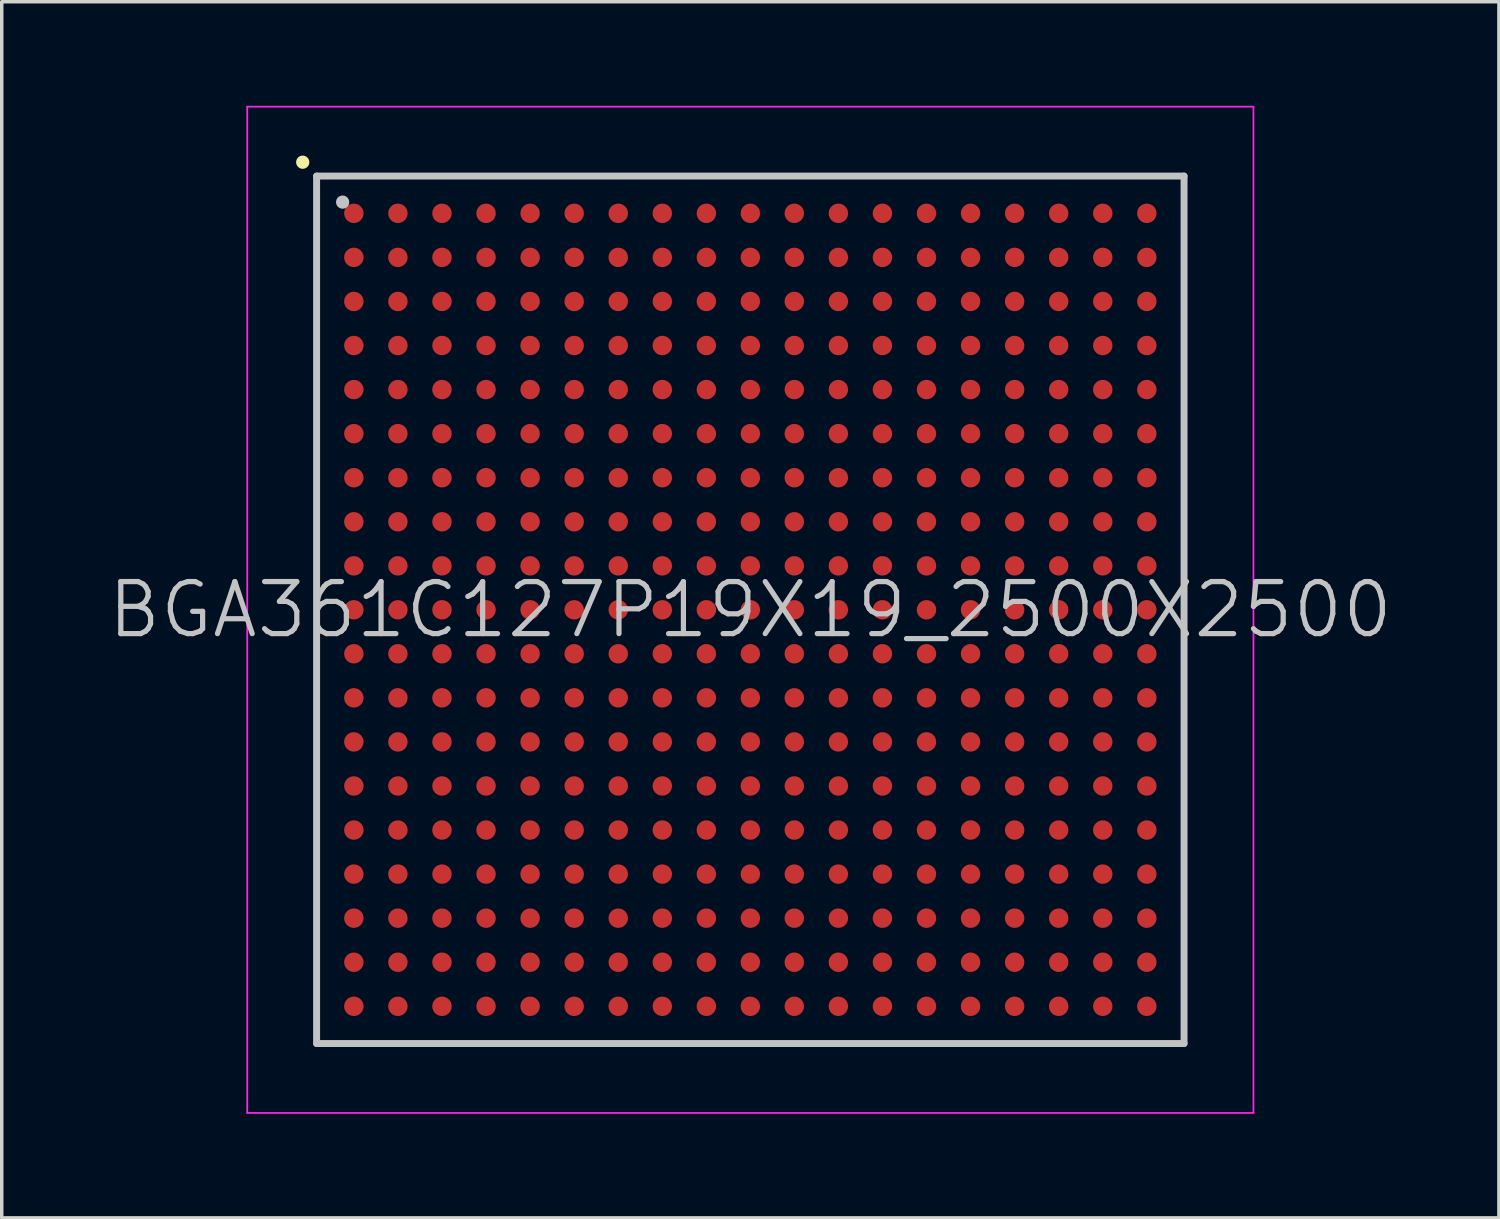
<source format=kicad_pcb>
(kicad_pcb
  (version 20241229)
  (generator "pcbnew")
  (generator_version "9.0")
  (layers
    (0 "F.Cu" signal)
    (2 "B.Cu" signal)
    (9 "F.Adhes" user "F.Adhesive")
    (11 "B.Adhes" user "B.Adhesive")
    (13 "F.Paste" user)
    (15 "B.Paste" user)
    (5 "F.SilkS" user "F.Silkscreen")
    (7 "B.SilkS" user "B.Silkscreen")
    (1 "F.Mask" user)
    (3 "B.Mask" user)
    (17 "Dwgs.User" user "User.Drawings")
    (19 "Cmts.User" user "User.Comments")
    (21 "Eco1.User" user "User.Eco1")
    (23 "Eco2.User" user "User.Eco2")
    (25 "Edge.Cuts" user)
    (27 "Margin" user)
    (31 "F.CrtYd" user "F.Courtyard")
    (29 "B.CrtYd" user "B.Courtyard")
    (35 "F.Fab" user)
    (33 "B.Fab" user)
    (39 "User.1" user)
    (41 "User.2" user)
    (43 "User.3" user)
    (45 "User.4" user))
  (footprint "BGA361C127P19X19_2500X2500"
    (layer "F.Cu")
    (at 18.575 14.525)
    (property "Reference" "BGA361C127P19X19_2500X2500" (at 0 0 0) (layer "Dwgs.User") (effects (font (size 1.5 1.5) (thickness 0.15))))
    (attr smd)
    (fp_line (start -12.9 -12.9) (end -12.9 -12.9) (stroke (width 0.381) (type solid)) (layer "F.SilkS"))
    (fp_line (start -12.5 -12.5) (end -12.5 12.5) (stroke (width 0.2) (type solid)) (layer "Dwgs.User"))
    (fp_line (start -12.5 -12.5) (end 12.5 -12.5) (stroke (width 0.2) (type solid)) (layer "Dwgs.User"))
    (fp_line (start -12.5 12.5) (end 12.5 12.5) (stroke (width 0.2) (type solid)) (layer "Dwgs.User"))
    (fp_line (start -11.75 -11.75) (end -11.75 -11.75) (stroke (width 0.381) (type solid)) (layer "Dwgs.User"))
    (fp_line (start 12.5 -12.5) (end 12.5 12.5) (stroke (width 0.2) (type solid)) (layer "Dwgs.User"))
    (fp_line (start -14.5 -14.5) (end -14.5 14.5) (stroke (width 0.05) (type solid)) (layer "F.CrtYd"))
    (fp_line (start -14.5 -14.5) (end 14.5 -14.5) (stroke (width 0.05) (type solid)) (layer "F.CrtYd"))
    (fp_line (start -14.5 14.5) (end 14.5 14.5) (stroke (width 0.05) (type solid)) (layer "F.CrtYd"))
    (fp_line (start 14.5 -14.5) (end 14.5 14.5) (stroke (width 0.05) (type solid)) (layer "F.CrtYd"))
    (pad "A1" smd circle (at -11.427 -11.427 270) (size 0.56 0.56) (layers "F.Cu" "F.Mask" "F.Paste"))
    (pad "A2" smd circle (at -10.157 -11.427 270) (size 0.56 0.56) (layers "F.Cu" "F.Mask" "F.Paste"))
    (pad "A3" smd circle (at -8.887 -11.427 270) (size 0.56 0.56) (layers "F.Cu" "F.Mask" "F.Paste"))
    (pad "A4" smd circle (at -7.617 -11.427 270) (size 0.56 0.56) (layers "F.Cu" "F.Mask" "F.Paste"))
    (pad "A5" smd circle (at -6.347 -11.427 270) (size 0.56 0.56) (layers "F.Cu" "F.Mask" "F.Paste"))
    (pad "A6" smd circle (at -5.077 -11.427 270) (size 0.56 0.56) (layers "F.Cu" "F.Mask" "F.Paste"))
    (pad "A7" smd circle (at -3.807 -11.427 270) (size 0.56 0.56) (layers "F.Cu" "F.Mask" "F.Paste"))
    (pad "A8" smd circle (at -2.537 -11.427 270) (size 0.56 0.56) (layers "F.Cu" "F.Mask" "F.Paste"))
    (pad "A9" smd circle (at -1.267 -11.427 270) (size 0.56 0.56) (layers "F.Cu" "F.Mask" "F.Paste"))
    (pad "A10" smd circle (at 0 -11.427 270) (size 0.56 0.56) (layers "F.Cu" "F.Mask" "F.Paste"))
    (pad "A11" smd circle (at 1.267 -11.427 270) (size 0.56 0.56) (layers "F.Cu" "F.Mask" "F.Paste"))
    (pad "A12" smd circle (at 2.537 -11.427 270) (size 0.56 0.56) (layers "F.Cu" "F.Mask" "F.Paste"))
    (pad "A13" smd circle (at 3.807 -11.427 270) (size 0.56 0.56) (layers "F.Cu" "F.Mask" "F.Paste"))
    (pad "A14" smd circle (at 5.077 -11.427 270) (size 0.56 0.56) (layers "F.Cu" "F.Mask" "F.Paste"))
    (pad "A15" smd circle (at 6.347 -11.427 270) (size 0.56 0.56) (layers "F.Cu" "F.Mask" "F.Paste"))
    (pad "A16" smd circle (at 7.617 -11.427 270) (size 0.56 0.56) (layers "F.Cu" "F.Mask" "F.Paste"))
    (pad "A17" smd circle (at 8.887 -11.427 270) (size 0.56 0.56) (layers "F.Cu" "F.Mask" "F.Paste"))
    (pad "A18" smd circle (at 10.157 -11.427 270) (size 0.56 0.56) (layers "F.Cu" "F.Mask" "F.Paste"))
    (pad "A19" smd circle (at 11.427 -11.427 270) (size 0.56 0.56) (layers "F.Cu" "F.Mask" "F.Paste"))
    (pad "B1" smd circle (at -11.427 -10.157 270) (size 0.56 0.56) (layers "F.Cu" "F.Mask" "F.Paste"))
    (pad "B2" smd circle (at -10.157 -10.157 270) (size 0.56 0.56) (layers "F.Cu" "F.Mask" "F.Paste"))
    (pad "B3" smd circle (at -8.887 -10.157 270) (size 0.56 0.56) (layers "F.Cu" "F.Mask" "F.Paste"))
    (pad "B4" smd circle (at -7.617 -10.157 270) (size 0.56 0.56) (layers "F.Cu" "F.Mask" "F.Paste"))
    (pad "B5" smd circle (at -6.347 -10.157 270) (size 0.56 0.56) (layers "F.Cu" "F.Mask" "F.Paste"))
    (pad "B6" smd circle (at -5.077 -10.157 270) (size 0.56 0.56) (layers "F.Cu" "F.Mask" "F.Paste"))
    (pad "B7" smd circle (at -3.807 -10.157 270) (size 0.56 0.56) (layers "F.Cu" "F.Mask" "F.Paste"))
    (pad "B8" smd circle (at -2.537 -10.157 270) (size 0.56 0.56) (layers "F.Cu" "F.Mask" "F.Paste"))
    (pad "B9" smd circle (at -1.267 -10.157 270) (size 0.56 0.56) (layers "F.Cu" "F.Mask" "F.Paste"))
    (pad "B10" smd circle (at 0 -10.157 270) (size 0.56 0.56) (layers "F.Cu" "F.Mask" "F.Paste"))
    (pad "B11" smd circle (at 1.267 -10.157 270) (size 0.56 0.56) (layers "F.Cu" "F.Mask" "F.Paste"))
    (pad "B12" smd circle (at 2.537 -10.157 270) (size 0.56 0.56) (layers "F.Cu" "F.Mask" "F.Paste"))
    (pad "B13" smd circle (at 3.807 -10.157 270) (size 0.56 0.56) (layers "F.Cu" "F.Mask" "F.Paste"))
    (pad "B14" smd circle (at 5.077 -10.157 270) (size 0.56 0.56) (layers "F.Cu" "F.Mask" "F.Paste"))
    (pad "B15" smd circle (at 6.347 -10.157 270) (size 0.56 0.56) (layers "F.Cu" "F.Mask" "F.Paste"))
    (pad "B16" smd circle (at 7.617 -10.157 270) (size 0.56 0.56) (layers "F.Cu" "F.Mask" "F.Paste"))
    (pad "B17" smd circle (at 8.887 -10.157 270) (size 0.56 0.56) (layers "F.Cu" "F.Mask" "F.Paste"))
    (pad "B18" smd circle (at 10.157 -10.157 270) (size 0.56 0.56) (layers "F.Cu" "F.Mask" "F.Paste"))
    (pad "B19" smd circle (at 11.427 -10.157 270) (size 0.56 0.56) (layers "F.Cu" "F.Mask" "F.Paste"))
    (pad "C1" smd circle (at -11.427 -8.887 270) (size 0.56 0.56) (layers "F.Cu" "F.Mask" "F.Paste"))
    (pad "C2" smd circle (at -10.157 -8.887 270) (size 0.56 0.56) (layers "F.Cu" "F.Mask" "F.Paste"))
    (pad "C3" smd circle (at -8.887 -8.887 270) (size 0.56 0.56) (layers "F.Cu" "F.Mask" "F.Paste"))
    (pad "C4" smd circle (at -7.617 -8.887 270) (size 0.56 0.56) (layers "F.Cu" "F.Mask" "F.Paste"))
    (pad "C5" smd circle (at -6.347 -8.887 270) (size 0.56 0.56) (layers "F.Cu" "F.Mask" "F.Paste"))
    (pad "C6" smd circle (at -5.077 -8.887 270) (size 0.56 0.56) (layers "F.Cu" "F.Mask" "F.Paste"))
    (pad "C7" smd circle (at -3.807 -8.887 270) (size 0.56 0.56) (layers "F.Cu" "F.Mask" "F.Paste"))
    (pad "C8" smd circle (at -2.537 -8.887 270) (size 0.56 0.56) (layers "F.Cu" "F.Mask" "F.Paste"))
    (pad "C9" smd circle (at -1.267 -8.887 270) (size 0.56 0.56) (layers "F.Cu" "F.Mask" "F.Paste"))
    (pad "C10" smd circle (at 0 -8.887 270) (size 0.56 0.56) (layers "F.Cu" "F.Mask" "F.Paste"))
    (pad "C11" smd circle (at 1.267 -8.887 270) (size 0.56 0.56) (layers "F.Cu" "F.Mask" "F.Paste"))
    (pad "C12" smd circle (at 2.537 -8.887 270) (size 0.56 0.56) (layers "F.Cu" "F.Mask" "F.Paste"))
    (pad "C13" smd circle (at 3.807 -8.887 270) (size 0.56 0.56) (layers "F.Cu" "F.Mask" "F.Paste"))
    (pad "C14" smd circle (at 5.077 -8.887 270) (size 0.56 0.56) (layers "F.Cu" "F.Mask" "F.Paste"))
    (pad "C15" smd circle (at 6.347 -8.887 270) (size 0.56 0.56) (layers "F.Cu" "F.Mask" "F.Paste"))
    (pad "C16" smd circle (at 7.617 -8.887 270) (size 0.56 0.56) (layers "F.Cu" "F.Mask" "F.Paste"))
    (pad "C17" smd circle (at 8.887 -8.887 270) (size 0.56 0.56) (layers "F.Cu" "F.Mask" "F.Paste"))
    (pad "C18" smd circle (at 10.157 -8.887 270) (size 0.56 0.56) (layers "F.Cu" "F.Mask" "F.Paste"))
    (pad "C19" smd circle (at 11.427 -8.887 270) (size 0.56 0.56) (layers "F.Cu" "F.Mask" "F.Paste"))
    (pad "D1" smd circle (at -11.427 -7.617 270) (size 0.56 0.56) (layers "F.Cu" "F.Mask" "F.Paste"))
    (pad "D2" smd circle (at -10.157 -7.617 270) (size 0.56 0.56) (layers "F.Cu" "F.Mask" "F.Paste"))
    (pad "D3" smd circle (at -8.887 -7.617 270) (size 0.56 0.56) (layers "F.Cu" "F.Mask" "F.Paste"))
    (pad "D4" smd circle (at -7.617 -7.617 270) (size 0.56 0.56) (layers "F.Cu" "F.Mask" "F.Paste"))
    (pad "D5" smd circle (at -6.347 -7.617 270) (size 0.56 0.56) (layers "F.Cu" "F.Mask" "F.Paste"))
    (pad "D6" smd circle (at -5.077 -7.617 270) (size 0.56 0.56) (layers "F.Cu" "F.Mask" "F.Paste"))
    (pad "D7" smd circle (at -3.807 -7.617 270) (size 0.56 0.56) (layers "F.Cu" "F.Mask" "F.Paste"))
    (pad "D8" smd circle (at -2.537 -7.617 270) (size 0.56 0.56) (layers "F.Cu" "F.Mask" "F.Paste"))
    (pad "D9" smd circle (at -1.267 -7.617 270) (size 0.56 0.56) (layers "F.Cu" "F.Mask" "F.Paste"))
    (pad "D10" smd circle (at 0 -7.617 270) (size 0.56 0.56) (layers "F.Cu" "F.Mask" "F.Paste"))
    (pad "D11" smd circle (at 1.267 -7.617 270) (size 0.56 0.56) (layers "F.Cu" "F.Mask" "F.Paste"))
    (pad "D12" smd circle (at 2.537 -7.617 270) (size 0.56 0.56) (layers "F.Cu" "F.Mask" "F.Paste"))
    (pad "D13" smd circle (at 3.807 -7.617 270) (size 0.56 0.56) (layers "F.Cu" "F.Mask" "F.Paste"))
    (pad "D14" smd circle (at 5.077 -7.617 270) (size 0.56 0.56) (layers "F.Cu" "F.Mask" "F.Paste"))
    (pad "D15" smd circle (at 6.347 -7.617 270) (size 0.56 0.56) (layers "F.Cu" "F.Mask" "F.Paste"))
    (pad "D16" smd circle (at 7.617 -7.617 270) (size 0.56 0.56) (layers "F.Cu" "F.Mask" "F.Paste"))
    (pad "D17" smd circle (at 8.887 -7.617 270) (size 0.56 0.56) (layers "F.Cu" "F.Mask" "F.Paste"))
    (pad "D18" smd circle (at 10.157 -7.617 270) (size 0.56 0.56) (layers "F.Cu" "F.Mask" "F.Paste"))
    (pad "D19" smd circle (at 11.427 -7.617 270) (size 0.56 0.56) (layers "F.Cu" "F.Mask" "F.Paste"))
    (pad "E1" smd circle (at -11.427 -6.347 270) (size 0.56 0.56) (layers "F.Cu" "F.Mask" "F.Paste"))
    (pad "E2" smd circle (at -10.157 -6.347 270) (size 0.56 0.56) (layers "F.Cu" "F.Mask" "F.Paste"))
    (pad "E3" smd circle (at -8.887 -6.347 270) (size 0.56 0.56) (layers "F.Cu" "F.Mask" "F.Paste"))
    (pad "E4" smd circle (at -7.617 -6.347 270) (size 0.56 0.56) (layers "F.Cu" "F.Mask" "F.Paste"))
    (pad "E5" smd circle (at -6.347 -6.347 270) (size 0.56 0.56) (layers "F.Cu" "F.Mask" "F.Paste"))
    (pad "E6" smd circle (at -5.077 -6.347 270) (size 0.56 0.56) (layers "F.Cu" "F.Mask" "F.Paste"))
    (pad "E7" smd circle (at -3.807 -6.347 270) (size 0.56 0.56) (layers "F.Cu" "F.Mask" "F.Paste"))
    (pad "E8" smd circle (at -2.537 -6.347 270) (size 0.56 0.56) (layers "F.Cu" "F.Mask" "F.Paste"))
    (pad "E9" smd circle (at -1.267 -6.347 270) (size 0.56 0.56) (layers "F.Cu" "F.Mask" "F.Paste"))
    (pad "E10" smd circle (at 0 -6.347 270) (size 0.56 0.56) (layers "F.Cu" "F.Mask" "F.Paste"))
    (pad "E11" smd circle (at 1.267 -6.347 270) (size 0.56 0.56) (layers "F.Cu" "F.Mask" "F.Paste"))
    (pad "E12" smd circle (at 2.537 -6.347 270) (size 0.56 0.56) (layers "F.Cu" "F.Mask" "F.Paste"))
    (pad "E13" smd circle (at 3.807 -6.347 270) (size 0.56 0.56) (layers "F.Cu" "F.Mask" "F.Paste"))
    (pad "E14" smd circle (at 5.077 -6.347 270) (size 0.56 0.56) (layers "F.Cu" "F.Mask" "F.Paste"))
    (pad "E15" smd circle (at 6.347 -6.347 270) (size 0.56 0.56) (layers "F.Cu" "F.Mask" "F.Paste"))
    (pad "E16" smd circle (at 7.617 -6.347 270) (size 0.56 0.56) (layers "F.Cu" "F.Mask" "F.Paste"))
    (pad "E17" smd circle (at 8.887 -6.347 270) (size 0.56 0.56) (layers "F.Cu" "F.Mask" "F.Paste"))
    (pad "E18" smd circle (at 10.157 -6.347 270) (size 0.56 0.56) (layers "F.Cu" "F.Mask" "F.Paste"))
    (pad "E19" smd circle (at 11.427 -6.347 270) (size 0.56 0.56) (layers "F.Cu" "F.Mask" "F.Paste"))
    (pad "F1" smd circle (at -11.427 -5.077 270) (size 0.56 0.56) (layers "F.Cu" "F.Mask" "F.Paste"))
    (pad "F2" smd circle (at -10.157 -5.077 270) (size 0.56 0.56) (layers "F.Cu" "F.Mask" "F.Paste"))
    (pad "F3" smd circle (at -8.887 -5.077 270) (size 0.56 0.56) (layers "F.Cu" "F.Mask" "F.Paste"))
    (pad "F4" smd circle (at -7.617 -5.077 270) (size 0.56 0.56) (layers "F.Cu" "F.Mask" "F.Paste"))
    (pad "F5" smd circle (at -6.347 -5.077 270) (size 0.56 0.56) (layers "F.Cu" "F.Mask" "F.Paste"))
    (pad "F6" smd circle (at -5.077 -5.077 270) (size 0.56 0.56) (layers "F.Cu" "F.Mask" "F.Paste"))
    (pad "F7" smd circle (at -3.807 -5.077 270) (size 0.56 0.56) (layers "F.Cu" "F.Mask" "F.Paste"))
    (pad "F8" smd circle (at -2.537 -5.077 270) (size 0.56 0.56) (layers "F.Cu" "F.Mask" "F.Paste"))
    (pad "F9" smd circle (at -1.267 -5.077 270) (size 0.56 0.56) (layers "F.Cu" "F.Mask" "F.Paste"))
    (pad "F10" smd circle (at 0 -5.077 270) (size 0.56 0.56) (layers "F.Cu" "F.Mask" "F.Paste"))
    (pad "F11" smd circle (at 1.267 -5.077 270) (size 0.56 0.56) (layers "F.Cu" "F.Mask" "F.Paste"))
    (pad "F12" smd circle (at 2.537 -5.077 270) (size 0.56 0.56) (layers "F.Cu" "F.Mask" "F.Paste"))
    (pad "F13" smd circle (at 3.807 -5.077 270) (size 0.56 0.56) (layers "F.Cu" "F.Mask" "F.Paste"))
    (pad "F14" smd circle (at 5.077 -5.077 270) (size 0.56 0.56) (layers "F.Cu" "F.Mask" "F.Paste"))
    (pad "F15" smd circle (at 6.347 -5.077 270) (size 0.56 0.56) (layers "F.Cu" "F.Mask" "F.Paste"))
    (pad "F16" smd circle (at 7.617 -5.077 270) (size 0.56 0.56) (layers "F.Cu" "F.Mask" "F.Paste"))
    (pad "F17" smd circle (at 8.887 -5.077 270) (size 0.56 0.56) (layers "F.Cu" "F.Mask" "F.Paste"))
    (pad "F18" smd circle (at 10.157 -5.077 270) (size 0.56 0.56) (layers "F.Cu" "F.Mask" "F.Paste"))
    (pad "F19" smd circle (at 11.427 -5.077 270) (size 0.56 0.56) (layers "F.Cu" "F.Mask" "F.Paste"))
    (pad "G1" smd circle (at -11.427 -3.807 270) (size 0.56 0.56) (layers "F.Cu" "F.Mask" "F.Paste"))
    (pad "G2" smd circle (at -10.157 -3.807 270) (size 0.56 0.56) (layers "F.Cu" "F.Mask" "F.Paste"))
    (pad "G3" smd circle (at -8.887 -3.807 270) (size 0.56 0.56) (layers "F.Cu" "F.Mask" "F.Paste"))
    (pad "G4" smd circle (at -7.617 -3.807 270) (size 0.56 0.56) (layers "F.Cu" "F.Mask" "F.Paste"))
    (pad "G5" smd circle (at -6.347 -3.807 270) (size 0.56 0.56) (layers "F.Cu" "F.Mask" "F.Paste"))
    (pad "G6" smd circle (at -5.077 -3.807 270) (size 0.56 0.56) (layers "F.Cu" "F.Mask" "F.Paste"))
    (pad "G7" smd circle (at -3.807 -3.807 270) (size 0.56 0.56) (layers "F.Cu" "F.Mask" "F.Paste"))
    (pad "G8" smd circle (at -2.537 -3.807 270) (size 0.56 0.56) (layers "F.Cu" "F.Mask" "F.Paste"))
    (pad "G9" smd circle (at -1.267 -3.807 270) (size 0.56 0.56) (layers "F.Cu" "F.Mask" "F.Paste"))
    (pad "G10" smd circle (at 0 -3.807 270) (size 0.56 0.56) (layers "F.Cu" "F.Mask" "F.Paste"))
    (pad "G11" smd circle (at 1.267 -3.807 270) (size 0.56 0.56) (layers "F.Cu" "F.Mask" "F.Paste"))
    (pad "G12" smd circle (at 2.537 -3.807 270) (size 0.56 0.56) (layers "F.Cu" "F.Mask" "F.Paste"))
    (pad "G13" smd circle (at 3.807 -3.807 270) (size 0.56 0.56) (layers "F.Cu" "F.Mask" "F.Paste"))
    (pad "G14" smd circle (at 5.077 -3.807 270) (size 0.56 0.56) (layers "F.Cu" "F.Mask" "F.Paste"))
    (pad "G15" smd circle (at 6.347 -3.807 270) (size 0.56 0.56) (layers "F.Cu" "F.Mask" "F.Paste"))
    (pad "G16" smd circle (at 7.617 -3.807 270) (size 0.56 0.56) (layers "F.Cu" "F.Mask" "F.Paste"))
    (pad "G17" smd circle (at 8.887 -3.807 270) (size 0.56 0.56) (layers "F.Cu" "F.Mask" "F.Paste"))
    (pad "G18" smd circle (at 10.157 -3.807 270) (size 0.56 0.56) (layers "F.Cu" "F.Mask" "F.Paste"))
    (pad "G19" smd circle (at 11.427 -3.807 270) (size 0.56 0.56) (layers "F.Cu" "F.Mask" "F.Paste"))
    (pad "H1" smd circle (at -11.427 -2.537 270) (size 0.56 0.56) (layers "F.Cu" "F.Mask" "F.Paste"))
    (pad "H2" smd circle (at -10.157 -2.537 270) (size 0.56 0.56) (layers "F.Cu" "F.Mask" "F.Paste"))
    (pad "H3" smd circle (at -8.887 -2.537 270) (size 0.56 0.56) (layers "F.Cu" "F.Mask" "F.Paste"))
    (pad "H4" smd circle (at -7.617 -2.537 270) (size 0.56 0.56) (layers "F.Cu" "F.Mask" "F.Paste"))
    (pad "H5" smd circle (at -6.347 -2.537 270) (size 0.56 0.56) (layers "F.Cu" "F.Mask" "F.Paste"))
    (pad "H6" smd circle (at -5.077 -2.537 270) (size 0.56 0.56) (layers "F.Cu" "F.Mask" "F.Paste"))
    (pad "H7" smd circle (at -3.807 -2.537 270) (size 0.56 0.56) (layers "F.Cu" "F.Mask" "F.Paste"))
    (pad "H8" smd circle (at -2.537 -2.537 270) (size 0.56 0.56) (layers "F.Cu" "F.Mask" "F.Paste"))
    (pad "H9" smd circle (at -1.267 -2.537 270) (size 0.56 0.56) (layers "F.Cu" "F.Mask" "F.Paste"))
    (pad "H10" smd circle (at 0 -2.537 270) (size 0.56 0.56) (layers "F.Cu" "F.Mask" "F.Paste"))
    (pad "H11" smd circle (at 1.267 -2.537 270) (size 0.56 0.56) (layers "F.Cu" "F.Mask" "F.Paste"))
    (pad "H12" smd circle (at 2.537 -2.537 270) (size 0.56 0.56) (layers "F.Cu" "F.Mask" "F.Paste"))
    (pad "H13" smd circle (at 3.807 -2.537 270) (size 0.56 0.56) (layers "F.Cu" "F.Mask" "F.Paste"))
    (pad "H14" smd circle (at 5.077 -2.537 270) (size 0.56 0.56) (layers "F.Cu" "F.Mask" "F.Paste"))
    (pad "H15" smd circle (at 6.347 -2.537 270) (size 0.56 0.56) (layers "F.Cu" "F.Mask" "F.Paste"))
    (pad "H16" smd circle (at 7.617 -2.537 270) (size 0.56 0.56) (layers "F.Cu" "F.Mask" "F.Paste"))
    (pad "H17" smd circle (at 8.887 -2.537 270) (size 0.56 0.56) (layers "F.Cu" "F.Mask" "F.Paste"))
    (pad "H18" smd circle (at 10.157 -2.537 270) (size 0.56 0.56) (layers "F.Cu" "F.Mask" "F.Paste"))
    (pad "H19" smd circle (at 11.427 -2.537 270) (size 0.56 0.56) (layers "F.Cu" "F.Mask" "F.Paste"))
    (pad "J1" smd circle (at -11.427 -1.267 270) (size 0.56 0.56) (layers "F.Cu" "F.Mask" "F.Paste"))
    (pad "J2" smd circle (at -10.157 -1.267 270) (size 0.56 0.56) (layers "F.Cu" "F.Mask" "F.Paste"))
    (pad "J3" smd circle (at -8.887 -1.267 270) (size 0.56 0.56) (layers "F.Cu" "F.Mask" "F.Paste"))
    (pad "J4" smd circle (at -7.617 -1.267 270) (size 0.56 0.56) (layers "F.Cu" "F.Mask" "F.Paste"))
    (pad "J5" smd circle (at -6.347 -1.267 270) (size 0.56 0.56) (layers "F.Cu" "F.Mask" "F.Paste"))
    (pad "J6" smd circle (at -5.077 -1.267 270) (size 0.56 0.56) (layers "F.Cu" "F.Mask" "F.Paste"))
    (pad "J7" smd circle (at -3.807 -1.267 270) (size 0.56 0.56) (layers "F.Cu" "F.Mask" "F.Paste"))
    (pad "J8" smd circle (at -2.537 -1.267 270) (size 0.56 0.56) (layers "F.Cu" "F.Mask" "F.Paste"))
    (pad "J9" smd circle (at -1.267 -1.267 270) (size 0.56 0.56) (layers "F.Cu" "F.Mask" "F.Paste"))
    (pad "J10" smd circle (at 0 -1.267 270) (size 0.56 0.56) (layers "F.Cu" "F.Mask" "F.Paste"))
    (pad "J11" smd circle (at 1.267 -1.267 270) (size 0.56 0.56) (layers "F.Cu" "F.Mask" "F.Paste"))
    (pad "J12" smd circle (at 2.537 -1.267 270) (size 0.56 0.56) (layers "F.Cu" "F.Mask" "F.Paste"))
    (pad "J13" smd circle (at 3.807 -1.267 270) (size 0.56 0.56) (layers "F.Cu" "F.Mask" "F.Paste"))
    (pad "J14" smd circle (at 5.077 -1.267 270) (size 0.56 0.56) (layers "F.Cu" "F.Mask" "F.Paste"))
    (pad "J15" smd circle (at 6.347 -1.267 270) (size 0.56 0.56) (layers "F.Cu" "F.Mask" "F.Paste"))
    (pad "J16" smd circle (at 7.617 -1.267 270) (size 0.56 0.56) (layers "F.Cu" "F.Mask" "F.Paste"))
    (pad "J17" smd circle (at 8.887 -1.267 270) (size 0.56 0.56) (layers "F.Cu" "F.Mask" "F.Paste"))
    (pad "J18" smd circle (at 10.157 -1.267 270) (size 0.56 0.56) (layers "F.Cu" "F.Mask" "F.Paste"))
    (pad "J19" smd circle (at 11.427 -1.267 270) (size 0.56 0.56) (layers "F.Cu" "F.Mask" "F.Paste"))
    (pad "K1" smd circle (at -11.427 0 270) (size 0.56 0.56) (layers "F.Cu" "F.Mask" "F.Paste"))
    (pad "K2" smd circle (at -10.157 0 270) (size 0.56 0.56) (layers "F.Cu" "F.Mask" "F.Paste"))
    (pad "K3" smd circle (at -8.887 0 270) (size 0.56 0.56) (layers "F.Cu" "F.Mask" "F.Paste"))
    (pad "K4" smd circle (at -7.617 0 270) (size 0.56 0.56) (layers "F.Cu" "F.Mask" "F.Paste"))
    (pad "K5" smd circle (at -6.347 0 270) (size 0.56 0.56) (layers "F.Cu" "F.Mask" "F.Paste"))
    (pad "K6" smd circle (at -5.077 0 270) (size 0.56 0.56) (layers "F.Cu" "F.Mask" "F.Paste"))
    (pad "K7" smd circle (at -3.807 0 270) (size 0.56 0.56) (layers "F.Cu" "F.Mask" "F.Paste"))
    (pad "K8" smd circle (at -2.537 0 270) (size 0.56 0.56) (layers "F.Cu" "F.Mask" "F.Paste"))
    (pad "K9" smd circle (at -1.267 0 270) (size 0.56 0.56) (layers "F.Cu" "F.Mask" "F.Paste"))
    (pad "K10" smd circle (at 0 0 270) (size 0.56 0.56) (layers "F.Cu" "F.Mask" "F.Paste"))
    (pad "K11" smd circle (at 1.267 0 270) (size 0.56 0.56) (layers "F.Cu" "F.Mask" "F.Paste"))
    (pad "K12" smd circle (at 2.537 0 270) (size 0.56 0.56) (layers "F.Cu" "F.Mask" "F.Paste"))
    (pad "K13" smd circle (at 3.807 0 270) (size 0.56 0.56) (layers "F.Cu" "F.Mask" "F.Paste"))
    (pad "K14" smd circle (at 5.077 0 270) (size 0.56 0.56) (layers "F.Cu" "F.Mask" "F.Paste"))
    (pad "K15" smd circle (at 6.347 0 270) (size 0.56 0.56) (layers "F.Cu" "F.Mask" "F.Paste"))
    (pad "K16" smd circle (at 7.617 0 270) (size 0.56 0.56) (layers "F.Cu" "F.Mask" "F.Paste"))
    (pad "K17" smd circle (at 8.887 0 270) (size 0.56 0.56) (layers "F.Cu" "F.Mask" "F.Paste"))
    (pad "K18" smd circle (at 10.157 0 270) (size 0.56 0.56) (layers "F.Cu" "F.Mask" "F.Paste"))
    (pad "K19" smd circle (at 11.427 0 270) (size 0.56 0.56) (layers "F.Cu" "F.Mask" "F.Paste"))
    (pad "L1" smd circle (at -11.427 1.267 270) (size 0.56 0.56) (layers "F.Cu" "F.Mask" "F.Paste"))
    (pad "L2" smd circle (at -10.157 1.267 270) (size 0.56 0.56) (layers "F.Cu" "F.Mask" "F.Paste"))
    (pad "L3" smd circle (at -8.887 1.267 270) (size 0.56 0.56) (layers "F.Cu" "F.Mask" "F.Paste"))
    (pad "L4" smd circle (at -7.617 1.267 270) (size 0.56 0.56) (layers "F.Cu" "F.Mask" "F.Paste"))
    (pad "L5" smd circle (at -6.347 1.267 270) (size 0.56 0.56) (layers "F.Cu" "F.Mask" "F.Paste"))
    (pad "L6" smd circle (at -5.077 1.267 270) (size 0.56 0.56) (layers "F.Cu" "F.Mask" "F.Paste"))
    (pad "L7" smd circle (at -3.807 1.267 270) (size 0.56 0.56) (layers "F.Cu" "F.Mask" "F.Paste"))
    (pad "L8" smd circle (at -2.537 1.267 270) (size 0.56 0.56) (layers "F.Cu" "F.Mask" "F.Paste"))
    (pad "L9" smd circle (at -1.267 1.267 270) (size 0.56 0.56) (layers "F.Cu" "F.Mask" "F.Paste"))
    (pad "L10" smd circle (at 0 1.267 270) (size 0.56 0.56) (layers "F.Cu" "F.Mask" "F.Paste"))
    (pad "L11" smd circle (at 1.267 1.267 270) (size 0.56 0.56) (layers "F.Cu" "F.Mask" "F.Paste"))
    (pad "L12" smd circle (at 2.537 1.267 270) (size 0.56 0.56) (layers "F.Cu" "F.Mask" "F.Paste"))
    (pad "L13" smd circle (at 3.807 1.267 270) (size 0.56 0.56) (layers "F.Cu" "F.Mask" "F.Paste"))
    (pad "L14" smd circle (at 5.077 1.267 270) (size 0.56 0.56) (layers "F.Cu" "F.Mask" "F.Paste"))
    (pad "L15" smd circle (at 6.347 1.267 270) (size 0.56 0.56) (layers "F.Cu" "F.Mask" "F.Paste"))
    (pad "L16" smd circle (at 7.617 1.267 270) (size 0.56 0.56) (layers "F.Cu" "F.Mask" "F.Paste"))
    (pad "L17" smd circle (at 8.887 1.267 270) (size 0.56 0.56) (layers "F.Cu" "F.Mask" "F.Paste"))
    (pad "L18" smd circle (at 10.157 1.267 270) (size 0.56 0.56) (layers "F.Cu" "F.Mask" "F.Paste"))
    (pad "L19" smd circle (at 11.427 1.267 270) (size 0.56 0.56) (layers "F.Cu" "F.Mask" "F.Paste"))
    (pad "M1" smd circle (at -11.427 2.537 270) (size 0.56 0.56) (layers "F.Cu" "F.Mask" "F.Paste"))
    (pad "M2" smd circle (at -10.157 2.537 270) (size 0.56 0.56) (layers "F.Cu" "F.Mask" "F.Paste"))
    (pad "M3" smd circle (at -8.887 2.537 270) (size 0.56 0.56) (layers "F.Cu" "F.Mask" "F.Paste"))
    (pad "M4" smd circle (at -7.617 2.537 270) (size 0.56 0.56) (layers "F.Cu" "F.Mask" "F.Paste"))
    (pad "M5" smd circle (at -6.347 2.537 270) (size 0.56 0.56) (layers "F.Cu" "F.Mask" "F.Paste"))
    (pad "M6" smd circle (at -5.077 2.537 270) (size 0.56 0.56) (layers "F.Cu" "F.Mask" "F.Paste"))
    (pad "M7" smd circle (at -3.807 2.537 270) (size 0.56 0.56) (layers "F.Cu" "F.Mask" "F.Paste"))
    (pad "M8" smd circle (at -2.537 2.537 270) (size 0.56 0.56) (layers "F.Cu" "F.Mask" "F.Paste"))
    (pad "M9" smd circle (at -1.267 2.537 270) (size 0.56 0.56) (layers "F.Cu" "F.Mask" "F.Paste"))
    (pad "M10" smd circle (at 0 2.537 270) (size 0.56 0.56) (layers "F.Cu" "F.Mask" "F.Paste"))
    (pad "M11" smd circle (at 1.267 2.537 270) (size 0.56 0.56) (layers "F.Cu" "F.Mask" "F.Paste"))
    (pad "M12" smd circle (at 2.537 2.537 270) (size 0.56 0.56) (layers "F.Cu" "F.Mask" "F.Paste"))
    (pad "M13" smd circle (at 3.807 2.537 270) (size 0.56 0.56) (layers "F.Cu" "F.Mask" "F.Paste"))
    (pad "M14" smd circle (at 5.077 2.537 270) (size 0.56 0.56) (layers "F.Cu" "F.Mask" "F.Paste"))
    (pad "M15" smd circle (at 6.347 2.537 270) (size 0.56 0.56) (layers "F.Cu" "F.Mask" "F.Paste"))
    (pad "M16" smd circle (at 7.617 2.537 270) (size 0.56 0.56) (layers "F.Cu" "F.Mask" "F.Paste"))
    (pad "M17" smd circle (at 8.887 2.537 270) (size 0.56 0.56) (layers "F.Cu" "F.Mask" "F.Paste"))
    (pad "M18" smd circle (at 10.157 2.537 270) (size 0.56 0.56) (layers "F.Cu" "F.Mask" "F.Paste"))
    (pad "M19" smd circle (at 11.427 2.537 270) (size 0.56 0.56) (layers "F.Cu" "F.Mask" "F.Paste"))
    (pad "N1" smd circle (at -11.427 3.807 270) (size 0.56 0.56) (layers "F.Cu" "F.Mask" "F.Paste"))
    (pad "N2" smd circle (at -10.157 3.807 270) (size 0.56 0.56) (layers "F.Cu" "F.Mask" "F.Paste"))
    (pad "N3" smd circle (at -8.887 3.807 270) (size 0.56 0.56) (layers "F.Cu" "F.Mask" "F.Paste"))
    (pad "N4" smd circle (at -7.617 3.807 270) (size 0.56 0.56) (layers "F.Cu" "F.Mask" "F.Paste"))
    (pad "N5" smd circle (at -6.347 3.807 270) (size 0.56 0.56) (layers "F.Cu" "F.Mask" "F.Paste"))
    (pad "N6" smd circle (at -5.077 3.807 270) (size 0.56 0.56) (layers "F.Cu" "F.Mask" "F.Paste"))
    (pad "N7" smd circle (at -3.807 3.807 270) (size 0.56 0.56) (layers "F.Cu" "F.Mask" "F.Paste"))
    (pad "N8" smd circle (at -2.537 3.807 270) (size 0.56 0.56) (layers "F.Cu" "F.Mask" "F.Paste"))
    (pad "N9" smd circle (at -1.267 3.807 270) (size 0.56 0.56) (layers "F.Cu" "F.Mask" "F.Paste"))
    (pad "N10" smd circle (at 0 3.807 270) (size 0.56 0.56) (layers "F.Cu" "F.Mask" "F.Paste"))
    (pad "N11" smd circle (at 1.267 3.807 270) (size 0.56 0.56) (layers "F.Cu" "F.Mask" "F.Paste"))
    (pad "N12" smd circle (at 2.537 3.807 270) (size 0.56 0.56) (layers "F.Cu" "F.Mask" "F.Paste"))
    (pad "N13" smd circle (at 3.807 3.807 270) (size 0.56 0.56) (layers "F.Cu" "F.Mask" "F.Paste"))
    (pad "N14" smd circle (at 5.077 3.807 270) (size 0.56 0.56) (layers "F.Cu" "F.Mask" "F.Paste"))
    (pad "N15" smd circle (at 6.347 3.807 270) (size 0.56 0.56) (layers "F.Cu" "F.Mask" "F.Paste"))
    (pad "N16" smd circle (at 7.617 3.807 270) (size 0.56 0.56) (layers "F.Cu" "F.Mask" "F.Paste"))
    (pad "N17" smd circle (at 8.887 3.807 270) (size 0.56 0.56) (layers "F.Cu" "F.Mask" "F.Paste"))
    (pad "N18" smd circle (at 10.157 3.807 270) (size 0.56 0.56) (layers "F.Cu" "F.Mask" "F.Paste"))
    (pad "N19" smd circle (at 11.427 3.807 270) (size 0.56 0.56) (layers "F.Cu" "F.Mask" "F.Paste"))
    (pad "P1" smd circle (at -11.427 5.077 270) (size 0.56 0.56) (layers "F.Cu" "F.Mask" "F.Paste"))
    (pad "P2" smd circle (at -10.157 5.077 270) (size 0.56 0.56) (layers "F.Cu" "F.Mask" "F.Paste"))
    (pad "P3" smd circle (at -8.887 5.077 270) (size 0.56 0.56) (layers "F.Cu" "F.Mask" "F.Paste"))
    (pad "P4" smd circle (at -7.617 5.077 270) (size 0.56 0.56) (layers "F.Cu" "F.Mask" "F.Paste"))
    (pad "P5" smd circle (at -6.347 5.077 270) (size 0.56 0.56) (layers "F.Cu" "F.Mask" "F.Paste"))
    (pad "P6" smd circle (at -5.077 5.077 270) (size 0.56 0.56) (layers "F.Cu" "F.Mask" "F.Paste"))
    (pad "P7" smd circle (at -3.807 5.077 270) (size 0.56 0.56) (layers "F.Cu" "F.Mask" "F.Paste"))
    (pad "P8" smd circle (at -2.537 5.077 270) (size 0.56 0.56) (layers "F.Cu" "F.Mask" "F.Paste"))
    (pad "P9" smd circle (at -1.267 5.077 270) (size 0.56 0.56) (layers "F.Cu" "F.Mask" "F.Paste"))
    (pad "P10" smd circle (at 0 5.077 270) (size 0.56 0.56) (layers "F.Cu" "F.Mask" "F.Paste"))
    (pad "P11" smd circle (at 1.267 5.077 270) (size 0.56 0.56) (layers "F.Cu" "F.Mask" "F.Paste"))
    (pad "P12" smd circle (at 2.537 5.077 270) (size 0.56 0.56) (layers "F.Cu" "F.Mask" "F.Paste"))
    (pad "P13" smd circle (at 3.807 5.077 270) (size 0.56 0.56) (layers "F.Cu" "F.Mask" "F.Paste"))
    (pad "P14" smd circle (at 5.077 5.077 270) (size 0.56 0.56) (layers "F.Cu" "F.Mask" "F.Paste"))
    (pad "P15" smd circle (at 6.347 5.077 270) (size 0.56 0.56) (layers "F.Cu" "F.Mask" "F.Paste"))
    (pad "P16" smd circle (at 7.617 5.077 270) (size 0.56 0.56) (layers "F.Cu" "F.Mask" "F.Paste"))
    (pad "P17" smd circle (at 8.887 5.077 270) (size 0.56 0.56) (layers "F.Cu" "F.Mask" "F.Paste"))
    (pad "P18" smd circle (at 10.157 5.077 270) (size 0.56 0.56) (layers "F.Cu" "F.Mask" "F.Paste"))
    (pad "P19" smd circle (at 11.427 5.077 270) (size 0.56 0.56) (layers "F.Cu" "F.Mask" "F.Paste"))
    (pad "R1" smd circle (at -11.427 6.347 270) (size 0.56 0.56) (layers "F.Cu" "F.Mask" "F.Paste"))
    (pad "R2" smd circle (at -10.157 6.347 270) (size 0.56 0.56) (layers "F.Cu" "F.Mask" "F.Paste"))
    (pad "R3" smd circle (at -8.887 6.347 270) (size 0.56 0.56) (layers "F.Cu" "F.Mask" "F.Paste"))
    (pad "R4" smd circle (at -7.617 6.347 270) (size 0.56 0.56) (layers "F.Cu" "F.Mask" "F.Paste"))
    (pad "R5" smd circle (at -6.347 6.347 270) (size 0.56 0.56) (layers "F.Cu" "F.Mask" "F.Paste"))
    (pad "R6" smd circle (at -5.077 6.347 270) (size 0.56 0.56) (layers "F.Cu" "F.Mask" "F.Paste"))
    (pad "R7" smd circle (at -3.807 6.347 270) (size 0.56 0.56) (layers "F.Cu" "F.Mask" "F.Paste"))
    (pad "R8" smd circle (at -2.537 6.347 270) (size 0.56 0.56) (layers "F.Cu" "F.Mask" "F.Paste"))
    (pad "R9" smd circle (at -1.267 6.347 270) (size 0.56 0.56) (layers "F.Cu" "F.Mask" "F.Paste"))
    (pad "R10" smd circle (at 0 6.347 270) (size 0.56 0.56) (layers "F.Cu" "F.Mask" "F.Paste"))
    (pad "R11" smd circle (at 1.267 6.347 270) (size 0.56 0.56) (layers "F.Cu" "F.Mask" "F.Paste"))
    (pad "R12" smd circle (at 2.537 6.347 270) (size 0.56 0.56) (layers "F.Cu" "F.Mask" "F.Paste"))
    (pad "R13" smd circle (at 3.807 6.347 270) (size 0.56 0.56) (layers "F.Cu" "F.Mask" "F.Paste"))
    (pad "R14" smd circle (at 5.077 6.347 270) (size 0.56 0.56) (layers "F.Cu" "F.Mask" "F.Paste"))
    (pad "R15" smd circle (at 6.347 6.347 270) (size 0.56 0.56) (layers "F.Cu" "F.Mask" "F.Paste"))
    (pad "R16" smd circle (at 7.617 6.347 270) (size 0.56 0.56) (layers "F.Cu" "F.Mask" "F.Paste"))
    (pad "R17" smd circle (at 8.887 6.347 270) (size 0.56 0.56) (layers "F.Cu" "F.Mask" "F.Paste"))
    (pad "R18" smd circle (at 10.157 6.347 270) (size 0.56 0.56) (layers "F.Cu" "F.Mask" "F.Paste"))
    (pad "R19" smd circle (at 11.427 6.347 270) (size 0.56 0.56) (layers "F.Cu" "F.Mask" "F.Paste"))
    (pad "T1" smd circle (at -11.427 7.617 270) (size 0.56 0.56) (layers "F.Cu" "F.Mask" "F.Paste"))
    (pad "T2" smd circle (at -10.157 7.617 270) (size 0.56 0.56) (layers "F.Cu" "F.Mask" "F.Paste"))
    (pad "T3" smd circle (at -8.887 7.617 270) (size 0.56 0.56) (layers "F.Cu" "F.Mask" "F.Paste"))
    (pad "T4" smd circle (at -7.617 7.617 270) (size 0.56 0.56) (layers "F.Cu" "F.Mask" "F.Paste"))
    (pad "T5" smd circle (at -6.347 7.617 270) (size 0.56 0.56) (layers "F.Cu" "F.Mask" "F.Paste"))
    (pad "T6" smd circle (at -5.077 7.617 270) (size 0.56 0.56) (layers "F.Cu" "F.Mask" "F.Paste"))
    (pad "T7" smd circle (at -3.807 7.617 270) (size 0.56 0.56) (layers "F.Cu" "F.Mask" "F.Paste"))
    (pad "T8" smd circle (at -2.537 7.617 270) (size 0.56 0.56) (layers "F.Cu" "F.Mask" "F.Paste"))
    (pad "T9" smd circle (at -1.267 7.617 270) (size 0.56 0.56) (layers "F.Cu" "F.Mask" "F.Paste"))
    (pad "T10" smd circle (at 0 7.617 270) (size 0.56 0.56) (layers "F.Cu" "F.Mask" "F.Paste"))
    (pad "T11" smd circle (at 1.267 7.617 270) (size 0.56 0.56) (layers "F.Cu" "F.Mask" "F.Paste"))
    (pad "T12" smd circle (at 2.537 7.617 270) (size 0.56 0.56) (layers "F.Cu" "F.Mask" "F.Paste"))
    (pad "T13" smd circle (at 3.807 7.617 270) (size 0.56 0.56) (layers "F.Cu" "F.Mask" "F.Paste"))
    (pad "T14" smd circle (at 5.077 7.617 270) (size 0.56 0.56) (layers "F.Cu" "F.Mask" "F.Paste"))
    (pad "T15" smd circle (at 6.347 7.617 270) (size 0.56 0.56) (layers "F.Cu" "F.Mask" "F.Paste"))
    (pad "T16" smd circle (at 7.617 7.617 270) (size 0.56 0.56) (layers "F.Cu" "F.Mask" "F.Paste"))
    (pad "T17" smd circle (at 8.887 7.617 270) (size 0.56 0.56) (layers "F.Cu" "F.Mask" "F.Paste"))
    (pad "T18" smd circle (at 10.157 7.617 270) (size 0.56 0.56) (layers "F.Cu" "F.Mask" "F.Paste"))
    (pad "T19" smd circle (at 11.427 7.617 270) (size 0.56 0.56) (layers "F.Cu" "F.Mask" "F.Paste"))
    (pad "U1" smd circle (at -11.427 8.887 270) (size 0.56 0.56) (layers "F.Cu" "F.Mask" "F.Paste"))
    (pad "U2" smd circle (at -10.157 8.887 270) (size 0.56 0.56) (layers "F.Cu" "F.Mask" "F.Paste"))
    (pad "U3" smd circle (at -8.887 8.887 270) (size 0.56 0.56) (layers "F.Cu" "F.Mask" "F.Paste"))
    (pad "U4" smd circle (at -7.617 8.887 270) (size 0.56 0.56) (layers "F.Cu" "F.Mask" "F.Paste"))
    (pad "U5" smd circle (at -6.347 8.887 270) (size 0.56 0.56) (layers "F.Cu" "F.Mask" "F.Paste"))
    (pad "U6" smd circle (at -5.077 8.887 270) (size 0.56 0.56) (layers "F.Cu" "F.Mask" "F.Paste"))
    (pad "U7" smd circle (at -3.807 8.887 270) (size 0.56 0.56) (layers "F.Cu" "F.Mask" "F.Paste"))
    (pad "U8" smd circle (at -2.537 8.887 270) (size 0.56 0.56) (layers "F.Cu" "F.Mask" "F.Paste"))
    (pad "U9" smd circle (at -1.267 8.887 270) (size 0.56 0.56) (layers "F.Cu" "F.Mask" "F.Paste"))
    (pad "U10" smd circle (at 0 8.887 270) (size 0.56 0.56) (layers "F.Cu" "F.Mask" "F.Paste"))
    (pad "U11" smd circle (at 1.267 8.887 270) (size 0.56 0.56) (layers "F.Cu" "F.Mask" "F.Paste"))
    (pad "U12" smd circle (at 2.537 8.887 270) (size 0.56 0.56) (layers "F.Cu" "F.Mask" "F.Paste"))
    (pad "U13" smd circle (at 3.807 8.887 270) (size 0.56 0.56) (layers "F.Cu" "F.Mask" "F.Paste"))
    (pad "U14" smd circle (at 5.077 8.887 270) (size 0.56 0.56) (layers "F.Cu" "F.Mask" "F.Paste"))
    (pad "U15" smd circle (at 6.347 8.887 270) (size 0.56 0.56) (layers "F.Cu" "F.Mask" "F.Paste"))
    (pad "U16" smd circle (at 7.617 8.887 270) (size 0.56 0.56) (layers "F.Cu" "F.Mask" "F.Paste"))
    (pad "U17" smd circle (at 8.887 8.887 270) (size 0.56 0.56) (layers "F.Cu" "F.Mask" "F.Paste"))
    (pad "U18" smd circle (at 10.157 8.887 270) (size 0.56 0.56) (layers "F.Cu" "F.Mask" "F.Paste"))
    (pad "U19" smd circle (at 11.427 8.887 270) (size 0.56 0.56) (layers "F.Cu" "F.Mask" "F.Paste"))
    (pad "V1" smd circle (at -11.427 10.157 270) (size 0.56 0.56) (layers "F.Cu" "F.Mask" "F.Paste"))
    (pad "V2" smd circle (at -10.157 10.157 270) (size 0.56 0.56) (layers "F.Cu" "F.Mask" "F.Paste"))
    (pad "V3" smd circle (at -8.887 10.157 270) (size 0.56 0.56) (layers "F.Cu" "F.Mask" "F.Paste"))
    (pad "V4" smd circle (at -7.617 10.157 270) (size 0.56 0.56) (layers "F.Cu" "F.Mask" "F.Paste"))
    (pad "V5" smd circle (at -6.347 10.157 270) (size 0.56 0.56) (layers "F.Cu" "F.Mask" "F.Paste"))
    (pad "V6" smd circle (at -5.077 10.157 270) (size 0.56 0.56) (layers "F.Cu" "F.Mask" "F.Paste"))
    (pad "V7" smd circle (at -3.807 10.157 270) (size 0.56 0.56) (layers "F.Cu" "F.Mask" "F.Paste"))
    (pad "V8" smd circle (at -2.537 10.157 270) (size 0.56 0.56) (layers "F.Cu" "F.Mask" "F.Paste"))
    (pad "V9" smd circle (at -1.267 10.157 270) (size 0.56 0.56) (layers "F.Cu" "F.Mask" "F.Paste"))
    (pad "V10" smd circle (at 0 10.157 270) (size 0.56 0.56) (layers "F.Cu" "F.Mask" "F.Paste"))
    (pad "V11" smd circle (at 1.267 10.157 270) (size 0.56 0.56) (layers "F.Cu" "F.Mask" "F.Paste"))
    (pad "V12" smd circle (at 2.537 10.157 270) (size 0.56 0.56) (layers "F.Cu" "F.Mask" "F.Paste"))
    (pad "V13" smd circle (at 3.807 10.157 270) (size 0.56 0.56) (layers "F.Cu" "F.Mask" "F.Paste"))
    (pad "V14" smd circle (at 5.077 10.157 270) (size 0.56 0.56) (layers "F.Cu" "F.Mask" "F.Paste"))
    (pad "V15" smd circle (at 6.347 10.157 270) (size 0.56 0.56) (layers "F.Cu" "F.Mask" "F.Paste"))
    (pad "V16" smd circle (at 7.617 10.157 270) (size 0.56 0.56) (layers "F.Cu" "F.Mask" "F.Paste"))
    (pad "V17" smd circle (at 8.887 10.157 270) (size 0.56 0.56) (layers "F.Cu" "F.Mask" "F.Paste"))
    (pad "V18" smd circle (at 10.157 10.157 270) (size 0.56 0.56) (layers "F.Cu" "F.Mask" "F.Paste"))
    (pad "V19" smd circle (at 11.427 10.157 270) (size 0.56 0.56) (layers "F.Cu" "F.Mask" "F.Paste"))
    (pad "W1" smd circle (at -11.427 11.427 270) (size 0.56 0.56) (layers "F.Cu" "F.Mask" "F.Paste"))
    (pad "W2" smd circle (at -10.157 11.427 270) (size 0.56 0.56) (layers "F.Cu" "F.Mask" "F.Paste"))
    (pad "W3" smd circle (at -8.887 11.427 270) (size 0.56 0.56) (layers "F.Cu" "F.Mask" "F.Paste"))
    (pad "W4" smd circle (at -7.617 11.427 270) (size 0.56 0.56) (layers "F.Cu" "F.Mask" "F.Paste"))
    (pad "W5" smd circle (at -6.347 11.427 270) (size 0.56 0.56) (layers "F.Cu" "F.Mask" "F.Paste"))
    (pad "W6" smd circle (at -5.077 11.427 270) (size 0.56 0.56) (layers "F.Cu" "F.Mask" "F.Paste"))
    (pad "W7" smd circle (at -3.807 11.427 270) (size 0.56 0.56) (layers "F.Cu" "F.Mask" "F.Paste"))
    (pad "W8" smd circle (at -2.537 11.427 270) (size 0.56 0.56) (layers "F.Cu" "F.Mask" "F.Paste"))
    (pad "W9" smd circle (at -1.267 11.427 270) (size 0.56 0.56) (layers "F.Cu" "F.Mask" "F.Paste"))
    (pad "W10" smd circle (at 0 11.427 270) (size 0.56 0.56) (layers "F.Cu" "F.Mask" "F.Paste"))
    (pad "W11" smd circle (at 1.267 11.427 270) (size 0.56 0.56) (layers "F.Cu" "F.Mask" "F.Paste"))
    (pad "W12" smd circle (at 2.537 11.427 270) (size 0.56 0.56) (layers "F.Cu" "F.Mask" "F.Paste"))
    (pad "W13" smd circle (at 3.807 11.427 270) (size 0.56 0.56) (layers "F.Cu" "F.Mask" "F.Paste"))
    (pad "W14" smd circle (at 5.077 11.427 270) (size 0.56 0.56) (layers "F.Cu" "F.Mask" "F.Paste"))
    (pad "W15" smd circle (at 6.347 11.427 270) (size 0.56 0.56) (layers "F.Cu" "F.Mask" "F.Paste"))
    (pad "W16" smd circle (at 7.617 11.427 270) (size 0.56 0.56) (layers "F.Cu" "F.Mask" "F.Paste"))
    (pad "W17" smd circle (at 8.887 11.427 270) (size 0.56 0.56) (layers "F.Cu" "F.Mask" "F.Paste"))
    (pad "W18" smd circle (at 10.157 11.427 270) (size 0.56 0.56) (layers "F.Cu" "F.Mask" "F.Paste"))
    (pad "W19" smd circle (at 11.427 11.427 270) (size 0.56 0.56) (layers "F.Cu" "F.Mask" "F.Paste")))
  (gr_rect
    (start -3 -3)
    (end 40.15 32.05)
    (stroke (width 0.1) (type default))
    (fill no)
    (layer "Edge.Cuts")))
</source>
